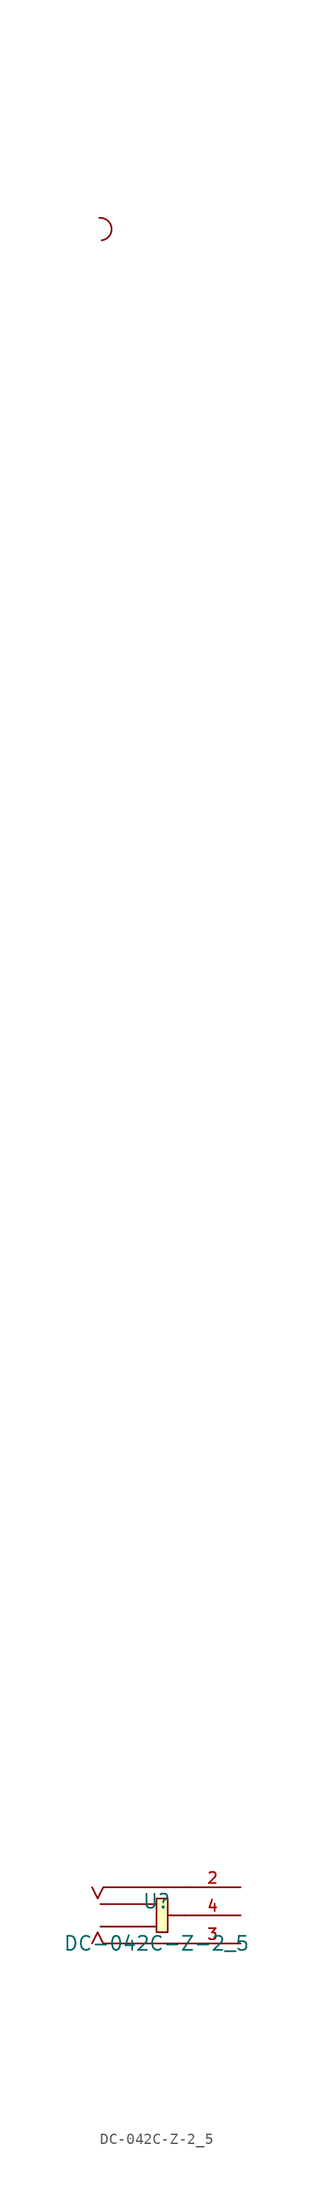
<source format=kicad_sym>
(kicad_symbol_lib
  (version 20210201)
  (generator TousstNicolas/JLC2KiCad_lib)
  (symbol "DC-042C-Z-2_5"
    (pin_names hide)
    (property "Reference" "U"
      (at 0 1.27 0)
      (effects (font (size 1.27 1.27))))
    (property "Value" "DC-042C-Z-2_5"
      (at 0 -2.54 0)
      (effects (font (size 1.27 1.27))))
    (symbol "DC-042C-Z-2_5_0_1"
      (polyline (pts (xy 2.54 -0.0) (xy 1.016 -0.0)) (stroke (width 0) (type default) (color 0 0 0 0)) (fill (type none)))
      (rectangle (start 0.0 1.524) (end 1.016 -1.524) (stroke (width 0) (type default) (color 0 0 0 0)) (fill (type background)))
      (polyline (pts (xy 0.0 1.016) (xy -5.08 1.016)) (stroke (width 0) (type default) (color 0 0 0 0)) (fill (type none)))
      (polyline (pts (xy 0.0 -1.016) (xy -5.08 -1.016)) (stroke (width 0) (type default) (color 0 0 0 0)) (fill (type none)))
      (arc (start -4.972183071051367 151.39004071429747) (mid -4.069746065983042 152.5081318320664) (end -5.187837200221576 153.4105688167294) (stroke (width 0) (type default) (color 0 0 0 0)) (fill (type none)))
      (polyline (pts (xy 2.54 -2.54) (xy -4.826 -2.54) (xy -5.334 -1.524) (xy -5.842 -2.54)) (stroke (width 0) (type default) (color 0 0 0 0)) (fill (type none)))
      (pin unspecified line (at 7.62 -0.0 180) (length 5.08) (name "4" (effects (font (size 1 1)))) (number "4" (effects (font (size 1 1)))))
      (pin unspecified line (at 7.62 -2.54 180) (length 5.08) (name "3" (effects (font (size 1 1)))) (number "3" (effects (font (size 1 1)))))
      (pin unspecified line (at 7.62 2.54 180) (length 5.08) (name "2" (effects (font (size 1 1)))) (number "2" (effects (font (size 1 1)))))
      (polyline (pts (xy 2.54 2.54) (xy -4.826 2.54) (xy -5.334 1.524) (xy -5.842 2.54)) (stroke (width 0) (type default) (color 0 0 0 0)) (fill (type none))))))
</source>
